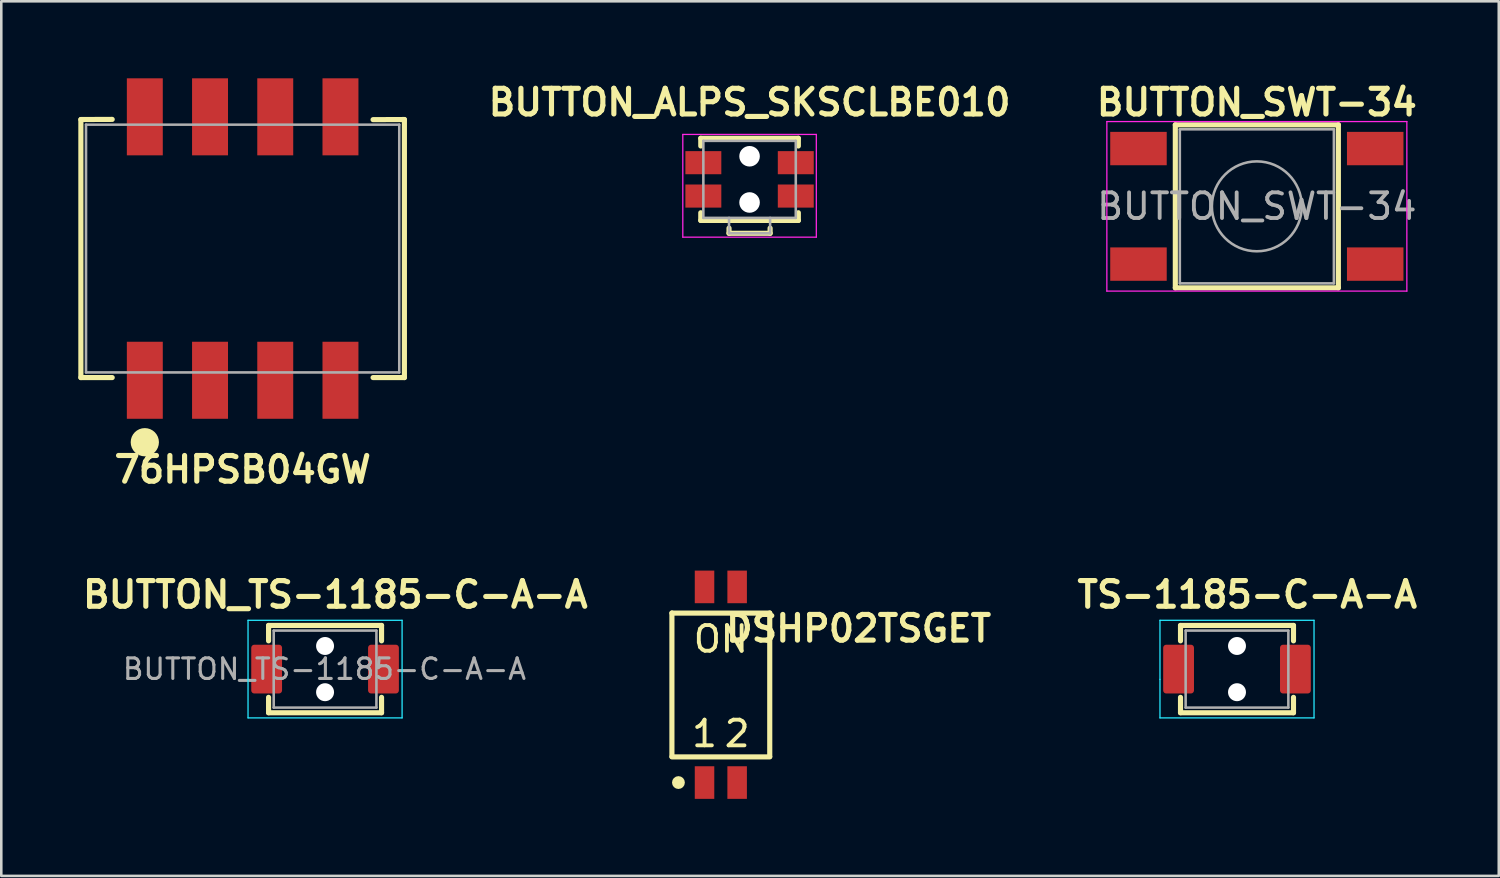
<source format=kicad_pcb>
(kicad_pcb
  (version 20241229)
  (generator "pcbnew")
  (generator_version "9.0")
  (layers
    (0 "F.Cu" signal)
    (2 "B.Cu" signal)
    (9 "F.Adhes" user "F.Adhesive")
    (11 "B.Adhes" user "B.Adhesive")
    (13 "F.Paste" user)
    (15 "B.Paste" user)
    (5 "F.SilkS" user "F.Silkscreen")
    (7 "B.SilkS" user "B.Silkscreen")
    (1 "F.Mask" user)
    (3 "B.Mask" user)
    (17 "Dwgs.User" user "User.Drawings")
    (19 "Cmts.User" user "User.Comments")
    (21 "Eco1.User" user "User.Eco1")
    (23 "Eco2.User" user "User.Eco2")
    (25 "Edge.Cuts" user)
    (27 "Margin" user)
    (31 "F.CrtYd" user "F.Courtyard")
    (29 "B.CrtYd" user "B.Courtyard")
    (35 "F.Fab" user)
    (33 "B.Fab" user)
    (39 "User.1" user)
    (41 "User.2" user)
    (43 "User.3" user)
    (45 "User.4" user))
  (footprint "BUTTON_SWT-34"
    (layer "F.Cu")
    (at 45.9 4.986)
    (property "Reference" "BUTTON_SWT-34" (at 0 -4.05 0) (layer "F.SilkS") (effects (font (size 1 1) (thickness 0.2))))
    (attr smd)
    (fp_line (start -3.175 -3.175) (end 3.175 -3.175) (stroke (width 0.2) (type solid)) (layer "F.SilkS"))
    (fp_line (start -3.175 3.175) (end -3.175 -3.175) (stroke (width 0.2) (type solid)) (layer "F.SilkS"))
    (fp_line (start 3.175 -3.175) (end 3.175 3.175) (stroke (width 0.2) (type solid)) (layer "F.SilkS"))
    (fp_line (start 3.175 3.175) (end -3.175 3.175) (stroke (width 0.2) (type solid)) (layer "F.SilkS"))
    (fp_line (start -5.842 -3.302) (end 5.842 -3.302) (stroke (width 0.05) (type solid)) (layer "F.CrtYd"))
    (fp_line (start -5.842 3.302) (end -5.842 -3.302) (stroke (width 0.05) (type solid)) (layer "F.CrtYd"))
    (fp_line (start 5.842 -3.302) (end 5.842 3.302) (stroke (width 0.05) (type solid)) (layer "F.CrtYd"))
    (fp_line (start 5.842 3.302) (end -5.842 3.302) (stroke (width 0.05) (type solid)) (layer "F.CrtYd"))
    (fp_line (start -3 -3) (end -3 3) (stroke (width 0.1) (type solid)) (layer "F.Fab"))
    (fp_line (start -3 3) (end 3 3) (stroke (width 0.1) (type solid)) (layer "F.Fab"))
    (fp_line (start 3 -3) (end -3 -3) (stroke (width 0.1) (type solid)) (layer "F.Fab"))
    (fp_line (start 3 3) (end 3 -3) (stroke (width 0.1) (type solid)) (layer "F.Fab"))
    (fp_circle (center 0 0) (end 1.75 -0.05) (stroke (width 0.1) (type solid)) (fill no) (layer "F.Fab"))
    (fp_text user "${REFERENCE}" (at 0 0 0) (layer "F.Fab") (effects (font (size 1 1) (thickness 0.15))))
    (pad "1" smd rect (at -4.61 -2.25) (size 2.2 1.3) (layers "F.Cu" "F.Mask" "F.Paste"))
    (pad "1" smd rect (at 4.61 -2.25) (size 2.2 1.3) (layers "F.Cu" "F.Mask" "F.Paste"))
    (pad "2" smd rect (at -4.61 2.25) (size 2.2 1.3) (layers "F.Cu" "F.Mask" "F.Paste"))
    (pad "2" smd rect (at 4.61 2.25) (size 2.2 1.3) (layers "F.Cu" "F.Mask" "F.Paste")))
  (footprint "TS-1185-C-A-A"
    (layer "F.Cu")
    (at 42.852 23.009)
    (property "Reference" "TS-1185-C-A-A" (at 2.675 -2.9 0) (layer "F.SilkS") (effects (font (size 1 1) (thickness 0.2))))
    (attr through_hole)
    (fp_line (start 0.075 -1.7) (end 4.475 -1.7) (stroke (width 0.2) (type solid)) (layer "F.SilkS"))
    (fp_line (start 0.075 -1.6) (end 0.075 -1.7) (stroke (width 0.2) (type solid)) (layer "F.SilkS"))
    (fp_line (start 0.075 -1.1) (end 0.075 -1.6) (stroke (width 0.2) (type solid)) (layer "F.SilkS"))
    (fp_line (start 0.075 1.1) (end 0.075 1.7) (stroke (width 0.2) (type solid)) (layer "F.SilkS"))
    (fp_line (start 0.075 1.7) (end 4.475 1.7) (stroke (width 0.2) (type solid)) (layer "F.SilkS"))
    (fp_line (start 4.475 -1.7) (end 4.475 -1.1) (stroke (width 0.2) (type solid)) (layer "F.SilkS"))
    (fp_line (start 4.475 1.7) (end 4.475 1.1) (stroke (width 0.2) (type solid)) (layer "F.SilkS"))
    (fp_line (start -0.725 -1.9) (end -0.725 0.4) (stroke (width 0.05) (type solid)) (layer "B.CrtYd"))
    (fp_line (start -0.725 0.4) (end -0.725 1.9) (stroke (width 0.05) (type solid)) (layer "B.CrtYd"))
    (fp_line (start -0.725 1.9) (end 5.275 1.9) (stroke (width 0.05) (type solid)) (layer "B.CrtYd"))
    (fp_line (start 5.275 -1.9) (end -0.725 -1.9) (stroke (width 0.05) (type solid)) (layer "B.CrtYd"))
    (fp_line (start 5.275 1.9) (end 5.275 -1.9) (stroke (width 0.05) (type solid)) (layer "B.CrtYd"))
    (fp_line (start 0.275 -1.5) (end 4.275 -1.5) (stroke (width 0.1) (type solid)) (layer "F.Fab"))
    (fp_line (start 0.275 1.5) (end 0.275 -1.5) (stroke (width 0.1) (type solid)) (layer "F.Fab"))
    (fp_line (start 4.275 -1.5) (end 4.275 1.5) (stroke (width 0.1) (type solid)) (layer "F.Fab"))
    (fp_line (start 4.275 1.5) (end 0.275 1.5) (stroke (width 0.1) (type solid)) (layer "F.Fab"))
    (pad "" np_thru_hole circle (at 2.275 -0.9) (size 0.7 0.7) (drill 0.7) (layers "*.Cu" "*.Mask"))
    (pad "" np_thru_hole circle (at 2.275 0.9) (size 0.7 0.7) (drill 0.7) (layers "*.Cu" "*.Mask"))
    (pad "1" smd roundrect (at 0 0) (size 1.2 1.9) (layers "F.Cu" "F.Mask" "F.Paste") (roundrect_rratio 0.1))
    (pad "2" smd roundrect (at 4.55 0) (size 1.2 1.9) (layers "F.Cu" "F.Mask" "F.Paste") (roundrect_rratio 0.1)))
  (footprint "BUTTON_ALPS_SKSCLBE010"
    (layer "F.Cu")
    (at 24.343 4.586)
    (property "Reference" "BUTTON_ALPS_SKSCLBE010" (at 1.8 -3.65 0) (layer "F.SilkS") (effects (font (size 1 1) (thickness 0.2))))
    (attr through_hole)
    (fp_line (start -0.1 -2.25) (end -0.1 -1.95) (stroke (width 0.2) (type solid)) (layer "F.SilkS"))
    (fp_line (start -0.1 -2.25) (end 3.7 -2.25) (stroke (width 0.2) (type solid)) (layer "F.SilkS"))
    (fp_line (start -0.1 0.95) (end -0.1 0.65) (stroke (width 0.2) (type solid)) (layer "F.SilkS"))
    (fp_line (start -0.1 0.95) (end 3.7 0.95) (stroke (width 0.2) (type solid)) (layer "F.SilkS"))
    (fp_line (start 1 1.45) (end 1 1.25) (stroke (width 0.2) (type solid)) (layer "F.SilkS"))
    (fp_line (start 1 1.45) (end 2.6 1.45) (stroke (width 0.2) (type solid)) (layer "F.SilkS"))
    (fp_line (start 2.6 1.45) (end 2.6 1.25) (stroke (width 0.2) (type solid)) (layer "F.SilkS"))
    (fp_line (start 3.7 -2.25) (end 3.7 -1.95) (stroke (width 0.2) (type solid)) (layer "F.SilkS"))
    (fp_line (start 3.7 0.95) (end 3.7 0.65) (stroke (width 0.2) (type solid)) (layer "F.SilkS"))
    (fp_line (start -0.8 -2.4) (end 4.4 -2.4) (stroke (width 0.05) (type solid)) (layer "F.CrtYd"))
    (fp_line (start -0.8 1.6) (end -0.8 -2.4) (stroke (width 0.05) (type solid)) (layer "F.CrtYd"))
    (fp_line (start 4.4 -2.4) (end 4.4 1.6) (stroke (width 0.05) (type solid)) (layer "F.CrtYd"))
    (fp_line (start 4.4 1.6) (end -0.8 1.6) (stroke (width 0.05) (type solid)) (layer "F.CrtYd"))
    (fp_line (start 0 -2.15) (end 3.6 -2.15) (stroke (width 0.1) (type solid)) (layer "F.Fab"))
    (fp_line (start 0 0.85) (end 0 -2.15) (stroke (width 0.1) (type solid)) (layer "F.Fab"))
    (fp_line (start 1 1.45) (end 1 0.85) (stroke (width 0.1) (type solid)) (layer "F.Fab"))
    (fp_line (start 1 1.45) (end 2.6 1.45) (stroke (width 0.1) (type solid)) (layer "F.Fab"))
    (fp_line (start 2.6 1.45) (end 2.6 0.85) (stroke (width 0.1) (type solid)) (layer "F.Fab"))
    (fp_line (start 3.6 -2.15) (end 3.6 0.85) (stroke (width 0.1) (type solid)) (layer "F.Fab"))
    (fp_line (start 3.6 0.85) (end 0 0.85) (stroke (width 0.1) (type solid)) (layer "F.Fab"))
    (pad "" np_thru_hole circle (at 1.8 -1.55) (size 0.8 0.8) (drill 0.8) (layers "*.Cu" "*.Mask"))
    (pad "" np_thru_hole circle (at 1.8 0.25) (size 0.8 0.8) (drill 0.8) (layers "*.Cu" "*.Mask"))
    (pad "1" smd rect (at 0 0) (size 1.4 0.9) (layers "F.Cu" "F.Mask" "F.Paste"))
    (pad "2" smd rect (at 3.6 0) (size 1.4 0.9) (layers "F.Cu" "F.Mask" "F.Paste"))
    (pad "3" smd rect (at 0 -1.3) (size 1.4 0.9) (layers "F.Cu" "F.Mask" "F.Paste"))
    (pad "4" smd rect (at 3.6 -1.3) (size 1.4 0.9) (layers "F.Cu" "F.Mask" "F.Paste")))
  (footprint "BUTTON_TS-1185-C-A-A"
    (layer "F.Cu")
    (at 7.335 23.009)
    (property "Reference" "BUTTON_TS-1185-C-A-A" (at 2.675 -2.9 0) (layer "F.SilkS") (effects (font (size 1 1) (thickness 0.2))))
    (attr smd)
    (fp_line (start 0.075 -1.7) (end 4.475 -1.7) (stroke (width 0.2) (type solid)) (layer "F.SilkS"))
    (fp_line (start 0.075 -1.6) (end 0.075 -1.7) (stroke (width 0.2) (type solid)) (layer "F.SilkS"))
    (fp_line (start 0.075 -1.1) (end 0.075 -1.6) (stroke (width 0.2) (type solid)) (layer "F.SilkS"))
    (fp_line (start 0.075 1.1) (end 0.075 1.7) (stroke (width 0.2) (type solid)) (layer "F.SilkS"))
    (fp_line (start 0.075 1.7) (end 4.475 1.7) (stroke (width 0.2) (type solid)) (layer "F.SilkS"))
    (fp_line (start 4.475 -1.7) (end 4.475 -1.1) (stroke (width 0.2) (type solid)) (layer "F.SilkS"))
    (fp_line (start 4.475 1.7) (end 4.475 1.1) (stroke (width 0.2) (type solid)) (layer "F.SilkS"))
    (fp_line (start -0.725 -1.9) (end -0.725 0.4) (stroke (width 0.05) (type solid)) (layer "B.CrtYd"))
    (fp_line (start -0.725 0.4) (end -0.725 1.9) (stroke (width 0.05) (type solid)) (layer "B.CrtYd"))
    (fp_line (start -0.725 1.9) (end 5.275 1.9) (stroke (width 0.05) (type solid)) (layer "B.CrtYd"))
    (fp_line (start 5.275 -1.9) (end -0.725 -1.9) (stroke (width 0.05) (type solid)) (layer "B.CrtYd"))
    (fp_line (start 5.275 1.9) (end 5.275 -1.9) (stroke (width 0.05) (type solid)) (layer "B.CrtYd"))
    (fp_line (start 0.275 -1.5) (end 4.275 -1.5) (stroke (width 0.1) (type solid)) (layer "F.Fab"))
    (fp_line (start 0.275 1.5) (end 0.275 -1.5) (stroke (width 0.1) (type solid)) (layer "F.Fab"))
    (fp_line (start 4.275 -1.5) (end 4.275 1.5) (stroke (width 0.1) (type solid)) (layer "F.Fab"))
    (fp_line (start 4.275 1.5) (end 0.275 1.5) (stroke (width 0.1) (type solid)) (layer "F.Fab"))
    (fp_text user "${REFERENCE}" (at 2.25 0 0) (layer "F.Fab") (effects (font (size 0.8 0.8) (thickness 0.12))))
    (pad "" np_thru_hole circle (at 2.275 -0.9) (size 0.7 0.7) (drill 0.7) (layers "*.Cu" "*.Mask"))
    (pad "" np_thru_hole circle (at 2.275 0.9) (size 0.7 0.7) (drill 0.7) (layers "*.Cu" "*.Mask"))
    (pad "1" smd roundrect (at 0 0) (size 1.2 1.9) (layers "F.Cu" "F.Mask" "F.Paste") (roundrect_rratio 0.1))
    (pad "2" smd roundrect (at 4.55 0) (size 1.2 1.9) (layers "F.Cu" "F.Mask" "F.Paste") (roundrect_rratio 0.1)))
  (footprint "DSHP02TSGET"
    (layer "F.Cu")
    (at 24.389 27.428)
    (property "Reference" "DSHP02TSGET" (at 6 -6 0) (layer "F.SilkS") (effects (font (size 1 1) (thickness 0.2))))
    (attr through_hole)
    (fp_line (start -1.27 -6.604) (end -1.27 -1.016) (stroke (width 0.2) (type solid)) (layer "F.SilkS"))
    (fp_line (start -1.27 -1) (end 2.54 -1) (stroke (width 0.2) (type solid)) (layer "F.SilkS"))
    (fp_line (start 2.54 -6.6) (end -1.27 -6.6) (stroke (width 0.2) (type solid)) (layer "F.SilkS"))
    (fp_line (start 2.54 -1.016) (end 2.54 -6.604) (stroke (width 0.2) (type solid)) (layer "F.SilkS"))
    (fp_circle (center -1.016 0) (end -0.891 0) (stroke (width 0.25) (type solid)) (fill no) (layer "F.SilkS"))
    (fp_text user "1" (at 0 -1.905 0) (layer "F.SilkS") (effects (font (size 1 1) (thickness 0.15))))
    (fp_text user "2" (at 1.27 -1.905 0) (layer "F.SilkS") (effects (font (size 1 1) (thickness 0.15))))
    (fp_text user "ON" (at 0.635 -5.588 0) (layer "F.SilkS") (effects (font (size 1 1) (thickness 0.15))))
    (pad "1" smd rect (at 0 0) (size 0.76 1.27) (layers "F.Cu" "F.Mask" "F.Paste"))
    (pad "2" smd rect (at 1.27 0) (size 0.76 1.27) (layers "F.Cu" "F.Mask" "F.Paste"))
    (pad "3" smd rect (at 1.27 -7.62) (size 0.76 1.27) (layers "F.Cu" "F.Mask" "F.Paste"))
    (pad "4" smd rect (at 0 -7.62) (size 0.76 1.27) (layers "F.Cu" "F.Mask" "F.Paste")))
  (footprint "76HPSB04GW"
    (layer "F.Cu")
    (at 2.59 11.76)
    (property "Reference" "76HPSB04GW" (at 3.81 3.477 0) (unlocked yes) (layer "F.SilkS") (effects (font (size 1 1) (thickness 0.2) (bold yes))))
    (attr smd)
    (fp_line (start -2.49 -10.155) (end -2.49 -0.105) (stroke (width 0.2) (type default)) (layer "F.SilkS"))
    (fp_line (start -2.49 -10.155) (end -1.27 -10.16) (stroke (width 0.2) (type default)) (layer "F.SilkS"))
    (fp_line (start -2.49 -0.105) (end -1.27 -0.105) (stroke (width 0.2) (type default)) (layer "F.SilkS"))
    (fp_line (start 8.89 -10.15) (end 10.11 -10.155) (stroke (width 0.2) (type default)) (layer "F.SilkS"))
    (fp_line (start 8.89 -0.105) (end 10.11 -0.105) (stroke (width 0.2) (type default)) (layer "F.SilkS"))
    (fp_line (start 10.11 -10.155) (end 10.11 -0.105) (stroke (width 0.2) (type default)) (layer "F.SilkS"))
    (fp_circle (center 0 2.413) (end 0.4 2.413) (stroke (width 0.3) (type solid)) (fill yes) (layer "F.SilkS"))
    (fp_line (start -2.29 -9.955) (end -2.29 -0.305) (stroke (width 0.1) (type default)) (layer "F.Fab"))
    (fp_line (start -2.29 -0.305) (end 9.91 -0.305) (stroke (width 0.1) (type default)) (layer "F.Fab"))
    (fp_line (start 9.91 -9.955) (end -2.29 -9.955) (stroke (width 0.1) (type default)) (layer "F.Fab"))
    (fp_line (start 9.91 -0.305) (end 9.91 -9.955) (stroke (width 0.1) (type default)) (layer "F.Fab"))
    (pad "1" smd rect (at 0 0) (size 1.4 3) (layers "F.Cu" "F.Mask" "F.Paste"))
    (pad "2" smd rect (at 2.54 0) (size 1.4 3) (layers "F.Cu" "F.Mask" "F.Paste"))
    (pad "3" smd rect (at 5.08 0) (size 1.4 3) (layers "F.Cu" "F.Mask" "F.Paste"))
    (pad "4" smd rect (at 7.62 0) (size 1.4 3) (layers "F.Cu" "F.Mask" "F.Paste"))
    (pad "5" smd rect (at 7.62 -10.26) (size 1.4 3) (layers "F.Cu" "F.Mask" "F.Paste"))
    (pad "6" smd rect (at 5.08 -10.26) (size 1.4 3) (layers "F.Cu" "F.Mask" "F.Paste"))
    (pad "7" smd rect (at 2.54 -10.26) (size 1.4 3) (layers "F.Cu" "F.Mask" "F.Paste"))
    (pad "8" smd rect (at 0 -10.26) (size 1.4 3) (layers "F.Cu" "F.Mask" "F.Paste")))
  (gr_rect
    (start -3 -3)
    (end 55.322 31.063)
    (stroke (width 0.1) (type default))
    (fill no)
    (layer "Edge.Cuts")))
</source>
